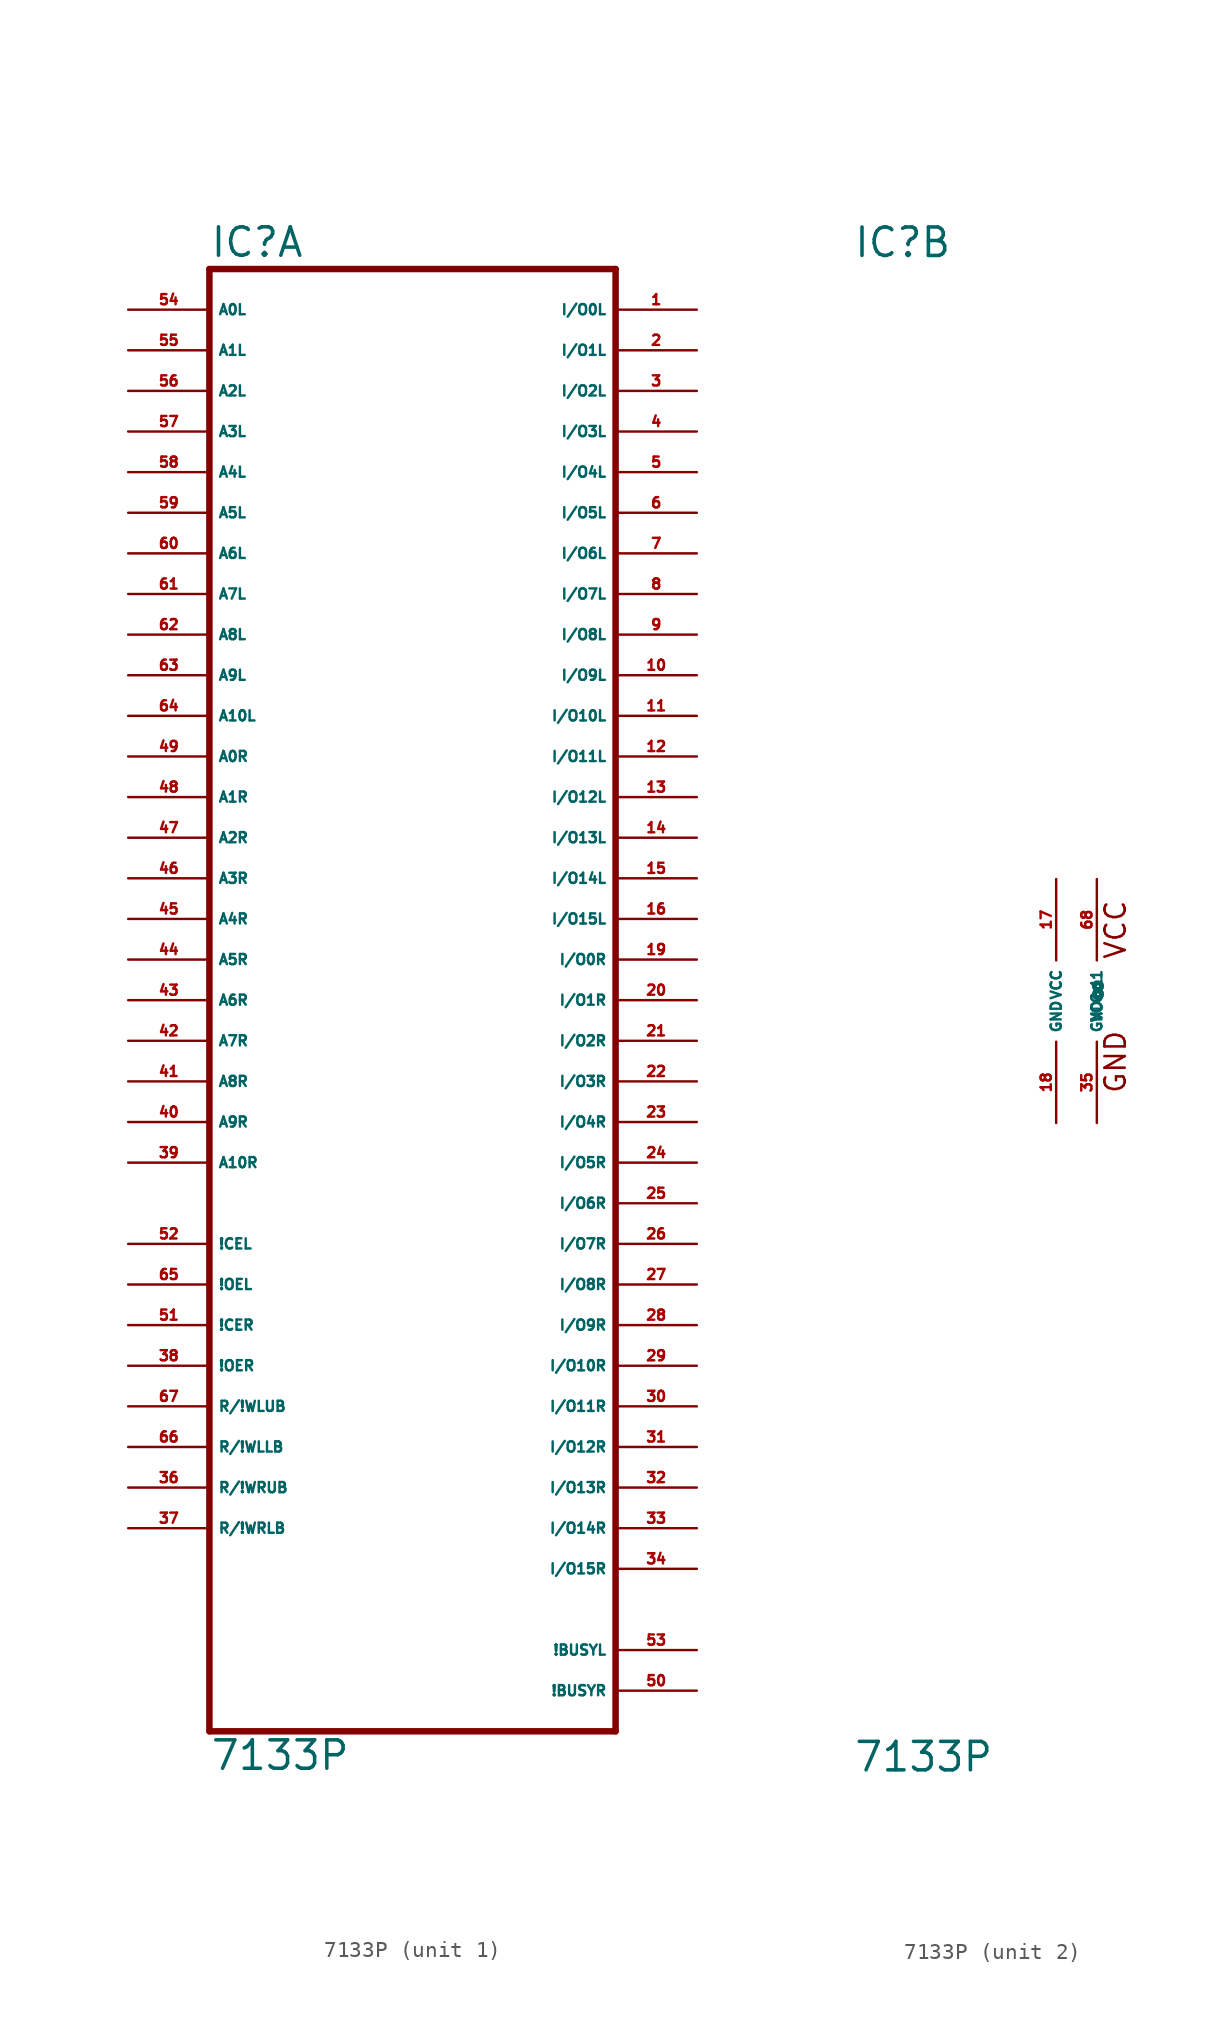
<source format=kicad_sym>
(kicad_symbol_lib
  (version 20220914)
  (generator Eagle2Kicad)
  (symbol "7133P"
    (property "Reference" "IC"
      (at -12.7 46.355 0)
      (effects (font (size 1.778 1.778) (thickness 0.22)) (justify left bottom)))
    (property "Value" "7133P"
      (at -12.7 -48.26 0)
      (effects (font (size 1.778 1.778) (thickness 0.22)) (justify left bottom)))
    (symbol "7133P_1_0"
      (polyline (pts (xy 12.7 -45.72) (xy -12.7 -45.72)) (stroke (width 0.406) (type default)) (fill (type none)))
      (polyline (pts (xy -12.7 -45.72) (xy -12.7 45.72)) (stroke (width 0.406) (type default)) (fill (type none)))
      (polyline (pts (xy -12.7 45.72) (xy 12.7 45.72)) (stroke (width 0.406) (type default)) (fill (type none)))
      (polyline (pts (xy 12.7 45.72) (xy 12.7 -45.72)) (stroke (width 0.406) (type default)) (fill (type none)))
      (pin input line (at -17.78 43.18 0) (length 5.08) (name "A0L" (effects (font (size 0.635 0.635) (thickness 0.08)) (justify left bottom))) (number "54" (effects (font (size 0.635 0.635) (thickness 0.08)) (justify left bottom))))
      (pin input line (at -17.78 40.64 0) (length 5.08) (name "A1L" (effects (font (size 0.635 0.635) (thickness 0.08)) (justify left bottom))) (number "55" (effects (font (size 0.635 0.635) (thickness 0.08)) (justify left bottom))))
      (pin input line (at -17.78 38.1 0) (length 5.08) (name "A2L" (effects (font (size 0.635 0.635) (thickness 0.08)) (justify left bottom))) (number "56" (effects (font (size 0.635 0.635) (thickness 0.08)) (justify left bottom))))
      (pin input line (at -17.78 35.56 0) (length 5.08) (name "A3L" (effects (font (size 0.635 0.635) (thickness 0.08)) (justify left bottom))) (number "57" (effects (font (size 0.635 0.635) (thickness 0.08)) (justify left bottom))))
      (pin input line (at -17.78 33.02 0) (length 5.08) (name "A4L" (effects (font (size 0.635 0.635) (thickness 0.08)) (justify left bottom))) (number "58" (effects (font (size 0.635 0.635) (thickness 0.08)) (justify left bottom))))
      (pin input line (at -17.78 30.48 0) (length 5.08) (name "A5L" (effects (font (size 0.635 0.635) (thickness 0.08)) (justify left bottom))) (number "59" (effects (font (size 0.635 0.635) (thickness 0.08)) (justify left bottom))))
      (pin input line (at -17.78 27.94 0) (length 5.08) (name "A6L" (effects (font (size 0.635 0.635) (thickness 0.08)) (justify left bottom))) (number "60" (effects (font (size 0.635 0.635) (thickness 0.08)) (justify left bottom))))
      (pin input line (at -17.78 25.4 0) (length 5.08) (name "A7L" (effects (font (size 0.635 0.635) (thickness 0.08)) (justify left bottom))) (number "61" (effects (font (size 0.635 0.635) (thickness 0.08)) (justify left bottom))))
      (pin input line (at -17.78 22.86 0) (length 5.08) (name "A8L" (effects (font (size 0.635 0.635) (thickness 0.08)) (justify left bottom))) (number "62" (effects (font (size 0.635 0.635) (thickness 0.08)) (justify left bottom))))
      (pin input line (at -17.78 20.32 0) (length 5.08) (name "A9L" (effects (font (size 0.635 0.635) (thickness 0.08)) (justify left bottom))) (number "63" (effects (font (size 0.635 0.635) (thickness 0.08)) (justify left bottom))))
      (pin input line (at -17.78 17.78 0) (length 5.08) (name "A10L" (effects (font (size 0.635 0.635) (thickness 0.08)) (justify left bottom))) (number "64" (effects (font (size 0.635 0.635) (thickness 0.08)) (justify left bottom))))
      (pin input line (at -17.78 15.24 0) (length 5.08) (name "A0R" (effects (font (size 0.635 0.635) (thickness 0.08)) (justify left bottom))) (number "49" (effects (font (size 0.635 0.635) (thickness 0.08)) (justify left bottom))))
      (pin input line (at -17.78 12.7 0) (length 5.08) (name "A1R" (effects (font (size 0.635 0.635) (thickness 0.08)) (justify left bottom))) (number "48" (effects (font (size 0.635 0.635) (thickness 0.08)) (justify left bottom))))
      (pin input line (at -17.78 10.16 0) (length 5.08) (name "A2R" (effects (font (size 0.635 0.635) (thickness 0.08)) (justify left bottom))) (number "47" (effects (font (size 0.635 0.635) (thickness 0.08)) (justify left bottom))))
      (pin input line (at -17.78 7.62 0) (length 5.08) (name "A3R" (effects (font (size 0.635 0.635) (thickness 0.08)) (justify left bottom))) (number "46" (effects (font (size 0.635 0.635) (thickness 0.08)) (justify left bottom))))
      (pin input line (at -17.78 5.08 0) (length 5.08) (name "A4R" (effects (font (size 0.635 0.635) (thickness 0.08)) (justify left bottom))) (number "45" (effects (font (size 0.635 0.635) (thickness 0.08)) (justify left bottom))))
      (pin input line (at -17.78 2.54 0) (length 5.08) (name "A5R" (effects (font (size 0.635 0.635) (thickness 0.08)) (justify left bottom))) (number "44" (effects (font (size 0.635 0.635) (thickness 0.08)) (justify left bottom))))
      (pin input line (at -17.78 0 0) (length 5.08) (name "A6R" (effects (font (size 0.635 0.635) (thickness 0.08)) (justify left bottom))) (number "43" (effects (font (size 0.635 0.635) (thickness 0.08)) (justify left bottom))))
      (pin input line (at -17.78 -2.54 0) (length 5.08) (name "A7R" (effects (font (size 0.635 0.635) (thickness 0.08)) (justify left bottom))) (number "42" (effects (font (size 0.635 0.635) (thickness 0.08)) (justify left bottom))))
      (pin input line (at -17.78 -5.08 0) (length 5.08) (name "A8R" (effects (font (size 0.635 0.635) (thickness 0.08)) (justify left bottom))) (number "41" (effects (font (size 0.635 0.635) (thickness 0.08)) (justify left bottom))))
      (pin input line (at -17.78 -7.62 0) (length 5.08) (name "A9R" (effects (font (size 0.635 0.635) (thickness 0.08)) (justify left bottom))) (number "40" (effects (font (size 0.635 0.635) (thickness 0.08)) (justify left bottom))))
      (pin input line (at -17.78 -10.16 0) (length 5.08) (name "A10R" (effects (font (size 0.635 0.635) (thickness 0.08)) (justify left bottom))) (number "39" (effects (font (size 0.635 0.635) (thickness 0.08)) (justify left bottom))))
      (pin input line (at -17.78 -15.24 0) (length 5.08) (name "!CEL" (effects (font (size 0.635 0.635) (thickness 0.08)) (justify left bottom))) (number "52" (effects (font (size 0.635 0.635) (thickness 0.08)) (justify left bottom))))
      (pin input line (at -17.78 -17.78 0) (length 5.08) (name "!OEL" (effects (font (size 0.635 0.635) (thickness 0.08)) (justify left bottom))) (number "65" (effects (font (size 0.635 0.635) (thickness 0.08)) (justify left bottom))))
      (pin input line (at -17.78 -20.32 0) (length 5.08) (name "!CER" (effects (font (size 0.635 0.635) (thickness 0.08)) (justify left bottom))) (number "51" (effects (font (size 0.635 0.635) (thickness 0.08)) (justify left bottom))))
      (pin input line (at -17.78 -22.86 0) (length 5.08) (name "!OER" (effects (font (size 0.635 0.635) (thickness 0.08)) (justify left bottom))) (number "38" (effects (font (size 0.635 0.635) (thickness 0.08)) (justify left bottom))))
      (pin input line (at -17.78 -25.4 0) (length 5.08) (name "R/!WLUB" (effects (font (size 0.635 0.635) (thickness 0.08)) (justify left bottom))) (number "67" (effects (font (size 0.635 0.635) (thickness 0.08)) (justify left bottom))))
      (pin input line (at -17.78 -27.94 0) (length 5.08) (name "R/!WLLB" (effects (font (size 0.635 0.635) (thickness 0.08)) (justify left bottom))) (number "66" (effects (font (size 0.635 0.635) (thickness 0.08)) (justify left bottom))))
      (pin input line (at -17.78 -30.48 0) (length 5.08) (name "R/!WRUB" (effects (font (size 0.635 0.635) (thickness 0.08)) (justify left bottom))) (number "36" (effects (font (size 0.635 0.635) (thickness 0.08)) (justify left bottom))))
      (pin input line (at -17.78 -33.02 0) (length 5.08) (name "R/!WRLB" (effects (font (size 0.635 0.635) (thickness 0.08)) (justify left bottom))) (number "37" (effects (font (size 0.635 0.635) (thickness 0.08)) (justify left bottom))))
      (pin bidirectional line (at 17.78 43.18 180) (length 5.08) (name "I/O0L" (effects (font (size 0.635 0.635) (thickness 0.08)) (justify left bottom))) (number "1" (effects (font (size 0.635 0.635) (thickness 0.08)) (justify left bottom))))
      (pin bidirectional line (at 17.78 40.64 180) (length 5.08) (name "I/O1L" (effects (font (size 0.635 0.635) (thickness 0.08)) (justify left bottom))) (number "2" (effects (font (size 0.635 0.635) (thickness 0.08)) (justify left bottom))))
      (pin bidirectional line (at 17.78 38.1 180) (length 5.08) (name "I/O2L" (effects (font (size 0.635 0.635) (thickness 0.08)) (justify left bottom))) (number "3" (effects (font (size 0.635 0.635) (thickness 0.08)) (justify left bottom))))
      (pin bidirectional line (at 17.78 35.56 180) (length 5.08) (name "I/O3L" (effects (font (size 0.635 0.635) (thickness 0.08)) (justify left bottom))) (number "4" (effects (font (size 0.635 0.635) (thickness 0.08)) (justify left bottom))))
      (pin bidirectional line (at 17.78 33.02 180) (length 5.08) (name "I/O4L" (effects (font (size 0.635 0.635) (thickness 0.08)) (justify left bottom))) (number "5" (effects (font (size 0.635 0.635) (thickness 0.08)) (justify left bottom))))
      (pin bidirectional line (at 17.78 30.48 180) (length 5.08) (name "I/O5L" (effects (font (size 0.635 0.635) (thickness 0.08)) (justify left bottom))) (number "6" (effects (font (size 0.635 0.635) (thickness 0.08)) (justify left bottom))))
      (pin bidirectional line (at 17.78 27.94 180) (length 5.08) (name "I/O6L" (effects (font (size 0.635 0.635) (thickness 0.08)) (justify left bottom))) (number "7" (effects (font (size 0.635 0.635) (thickness 0.08)) (justify left bottom))))
      (pin bidirectional line (at 17.78 25.4 180) (length 5.08) (name "I/O7L" (effects (font (size 0.635 0.635) (thickness 0.08)) (justify left bottom))) (number "8" (effects (font (size 0.635 0.635) (thickness 0.08)) (justify left bottom))))
      (pin bidirectional line (at 17.78 22.86 180) (length 5.08) (name "I/O8L" (effects (font (size 0.635 0.635) (thickness 0.08)) (justify left bottom))) (number "9" (effects (font (size 0.635 0.635) (thickness 0.08)) (justify left bottom))))
      (pin bidirectional line (at 17.78 20.32 180) (length 5.08) (name "I/O9L" (effects (font (size 0.635 0.635) (thickness 0.08)) (justify left bottom))) (number "10" (effects (font (size 0.635 0.635) (thickness 0.08)) (justify left bottom))))
      (pin bidirectional line (at 17.78 17.78 180) (length 5.08) (name "I/O10L" (effects (font (size 0.635 0.635) (thickness 0.08)) (justify left bottom))) (number "11" (effects (font (size 0.635 0.635) (thickness 0.08)) (justify left bottom))))
      (pin bidirectional line (at 17.78 15.24 180) (length 5.08) (name "I/O11L" (effects (font (size 0.635 0.635) (thickness 0.08)) (justify left bottom))) (number "12" (effects (font (size 0.635 0.635) (thickness 0.08)) (justify left bottom))))
      (pin bidirectional line (at 17.78 12.7 180) (length 5.08) (name "I/O12L" (effects (font (size 0.635 0.635) (thickness 0.08)) (justify left bottom))) (number "13" (effects (font (size 0.635 0.635) (thickness 0.08)) (justify left bottom))))
      (pin bidirectional line (at 17.78 10.16 180) (length 5.08) (name "I/O13L" (effects (font (size 0.635 0.635) (thickness 0.08)) (justify left bottom))) (number "14" (effects (font (size 0.635 0.635) (thickness 0.08)) (justify left bottom))))
      (pin bidirectional line (at 17.78 7.62 180) (length 5.08) (name "I/O14L" (effects (font (size 0.635 0.635) (thickness 0.08)) (justify left bottom))) (number "15" (effects (font (size 0.635 0.635) (thickness 0.08)) (justify left bottom))))
      (pin bidirectional line (at 17.78 5.08 180) (length 5.08) (name "I/O15L" (effects (font (size 0.635 0.635) (thickness 0.08)) (justify left bottom))) (number "16" (effects (font (size 0.635 0.635) (thickness 0.08)) (justify left bottom))))
      (pin bidirectional line (at 17.78 2.54 180) (length 5.08) (name "I/O0R" (effects (font (size 0.635 0.635) (thickness 0.08)) (justify left bottom))) (number "19" (effects (font (size 0.635 0.635) (thickness 0.08)) (justify left bottom))))
      (pin bidirectional line (at 17.78 0 180) (length 5.08) (name "I/O1R" (effects (font (size 0.635 0.635) (thickness 0.08)) (justify left bottom))) (number "20" (effects (font (size 0.635 0.635) (thickness 0.08)) (justify left bottom))))
      (pin bidirectional line (at 17.78 -2.54 180) (length 5.08) (name "I/O2R" (effects (font (size 0.635 0.635) (thickness 0.08)) (justify left bottom))) (number "21" (effects (font (size 0.635 0.635) (thickness 0.08)) (justify left bottom))))
      (pin bidirectional line (at 17.78 -5.08 180) (length 5.08) (name "I/O3R" (effects (font (size 0.635 0.635) (thickness 0.08)) (justify left bottom))) (number "22" (effects (font (size 0.635 0.635) (thickness 0.08)) (justify left bottom))))
      (pin bidirectional line (at 17.78 -7.62 180) (length 5.08) (name "I/O4R" (effects (font (size 0.635 0.635) (thickness 0.08)) (justify left bottom))) (number "23" (effects (font (size 0.635 0.635) (thickness 0.08)) (justify left bottom))))
      (pin bidirectional line (at 17.78 -10.16 180) (length 5.08) (name "I/O5R" (effects (font (size 0.635 0.635) (thickness 0.08)) (justify left bottom))) (number "24" (effects (font (size 0.635 0.635) (thickness 0.08)) (justify left bottom))))
      (pin bidirectional line (at 17.78 -12.7 180) (length 5.08) (name "I/O6R" (effects (font (size 0.635 0.635) (thickness 0.08)) (justify left bottom))) (number "25" (effects (font (size 0.635 0.635) (thickness 0.08)) (justify left bottom))))
      (pin bidirectional line (at 17.78 -15.24 180) (length 5.08) (name "I/O7R" (effects (font (size 0.635 0.635) (thickness 0.08)) (justify left bottom))) (number "26" (effects (font (size 0.635 0.635) (thickness 0.08)) (justify left bottom))))
      (pin bidirectional line (at 17.78 -17.78 180) (length 5.08) (name "I/O8R" (effects (font (size 0.635 0.635) (thickness 0.08)) (justify left bottom))) (number "27" (effects (font (size 0.635 0.635) (thickness 0.08)) (justify left bottom))))
      (pin bidirectional line (at 17.78 -20.32 180) (length 5.08) (name "I/O9R" (effects (font (size 0.635 0.635) (thickness 0.08)) (justify left bottom))) (number "28" (effects (font (size 0.635 0.635) (thickness 0.08)) (justify left bottom))))
      (pin bidirectional line (at 17.78 -22.86 180) (length 5.08) (name "I/O10R" (effects (font (size 0.635 0.635) (thickness 0.08)) (justify left bottom))) (number "29" (effects (font (size 0.635 0.635) (thickness 0.08)) (justify left bottom))))
      (pin bidirectional line (at 17.78 -25.4 180) (length 5.08) (name "I/O11R" (effects (font (size 0.635 0.635) (thickness 0.08)) (justify left bottom))) (number "30" (effects (font (size 0.635 0.635) (thickness 0.08)) (justify left bottom))))
      (pin bidirectional line (at 17.78 -27.94 180) (length 5.08) (name "I/O12R" (effects (font (size 0.635 0.635) (thickness 0.08)) (justify left bottom))) (number "31" (effects (font (size 0.635 0.635) (thickness 0.08)) (justify left bottom))))
      (pin bidirectional line (at 17.78 -30.48 180) (length 5.08) (name "I/O13R" (effects (font (size 0.635 0.635) (thickness 0.08)) (justify left bottom))) (number "32" (effects (font (size 0.635 0.635) (thickness 0.08)) (justify left bottom))))
      (pin bidirectional line (at 17.78 -33.02 180) (length 5.08) (name "I/O14R" (effects (font (size 0.635 0.635) (thickness 0.08)) (justify left bottom))) (number "33" (effects (font (size 0.635 0.635) (thickness 0.08)) (justify left bottom))))
      (pin bidirectional line (at 17.78 -35.56 180) (length 5.08) (name "I/O15R" (effects (font (size 0.635 0.635) (thickness 0.08)) (justify left bottom))) (number "34" (effects (font (size 0.635 0.635) (thickness 0.08)) (justify left bottom))))
      (pin output line (at 17.78 -40.64 180) (length 5.08) (name "!BUSYL" (effects (font (size 0.635 0.635) (thickness 0.08)) (justify left bottom))) (number "53" (effects (font (size 0.635 0.635) (thickness 0.08)) (justify left bottom))))
      (pin output line (at 17.78 -43.18 180) (length 5.08) (name "!BUSYR" (effects (font (size 0.635 0.635) (thickness 0.08)) (justify left bottom))) (number "50" (effects (font (size 0.635 0.635) (thickness 0.08)) (justify left bottom)))))
    (symbol "7133P_2_0"
      (text "VCC" (at 4.445 2.54 900) (effects (font (size 1.27 1.27) (thickness 0.16)) (justify left bottom)))
      (text "GND" (at 4.445 -5.842 900) (effects (font (size 1.27 1.27) (thickness 0.16)) (justify left bottom)))
      (pin unspecified line (at 0 7.62 270) (length 5.08) (name "VCC" (effects (font (size 0.635 0.635) (thickness 0.08)) (justify left bottom))) (number "17" (effects (font (size 0.635 0.635) (thickness 0.08)) (justify left bottom))))
      (pin unspecified line (at 0 -7.62 90) (length 5.08) (name "GND" (effects (font (size 0.635 0.635) (thickness 0.08)) (justify left bottom))) (number "18" (effects (font (size 0.635 0.635) (thickness 0.08)) (justify left bottom))))
      (pin unspecified line (at 2.54 7.62 270) (length 5.08) (name "VCC@1" (effects (font (size 0.635 0.635) (thickness 0.08)) (justify left bottom))) (number "68" (effects (font (size 0.635 0.635) (thickness 0.08)) (justify left bottom))))
      (pin unspecified line (at 2.54 -7.62 90) (length 5.08) (name "GND@1" (effects (font (size 0.635 0.635) (thickness 0.08)) (justify left bottom))) (number "35" (effects (font (size 0.635 0.635) (thickness 0.08)) (justify left bottom)))))))
</source>
